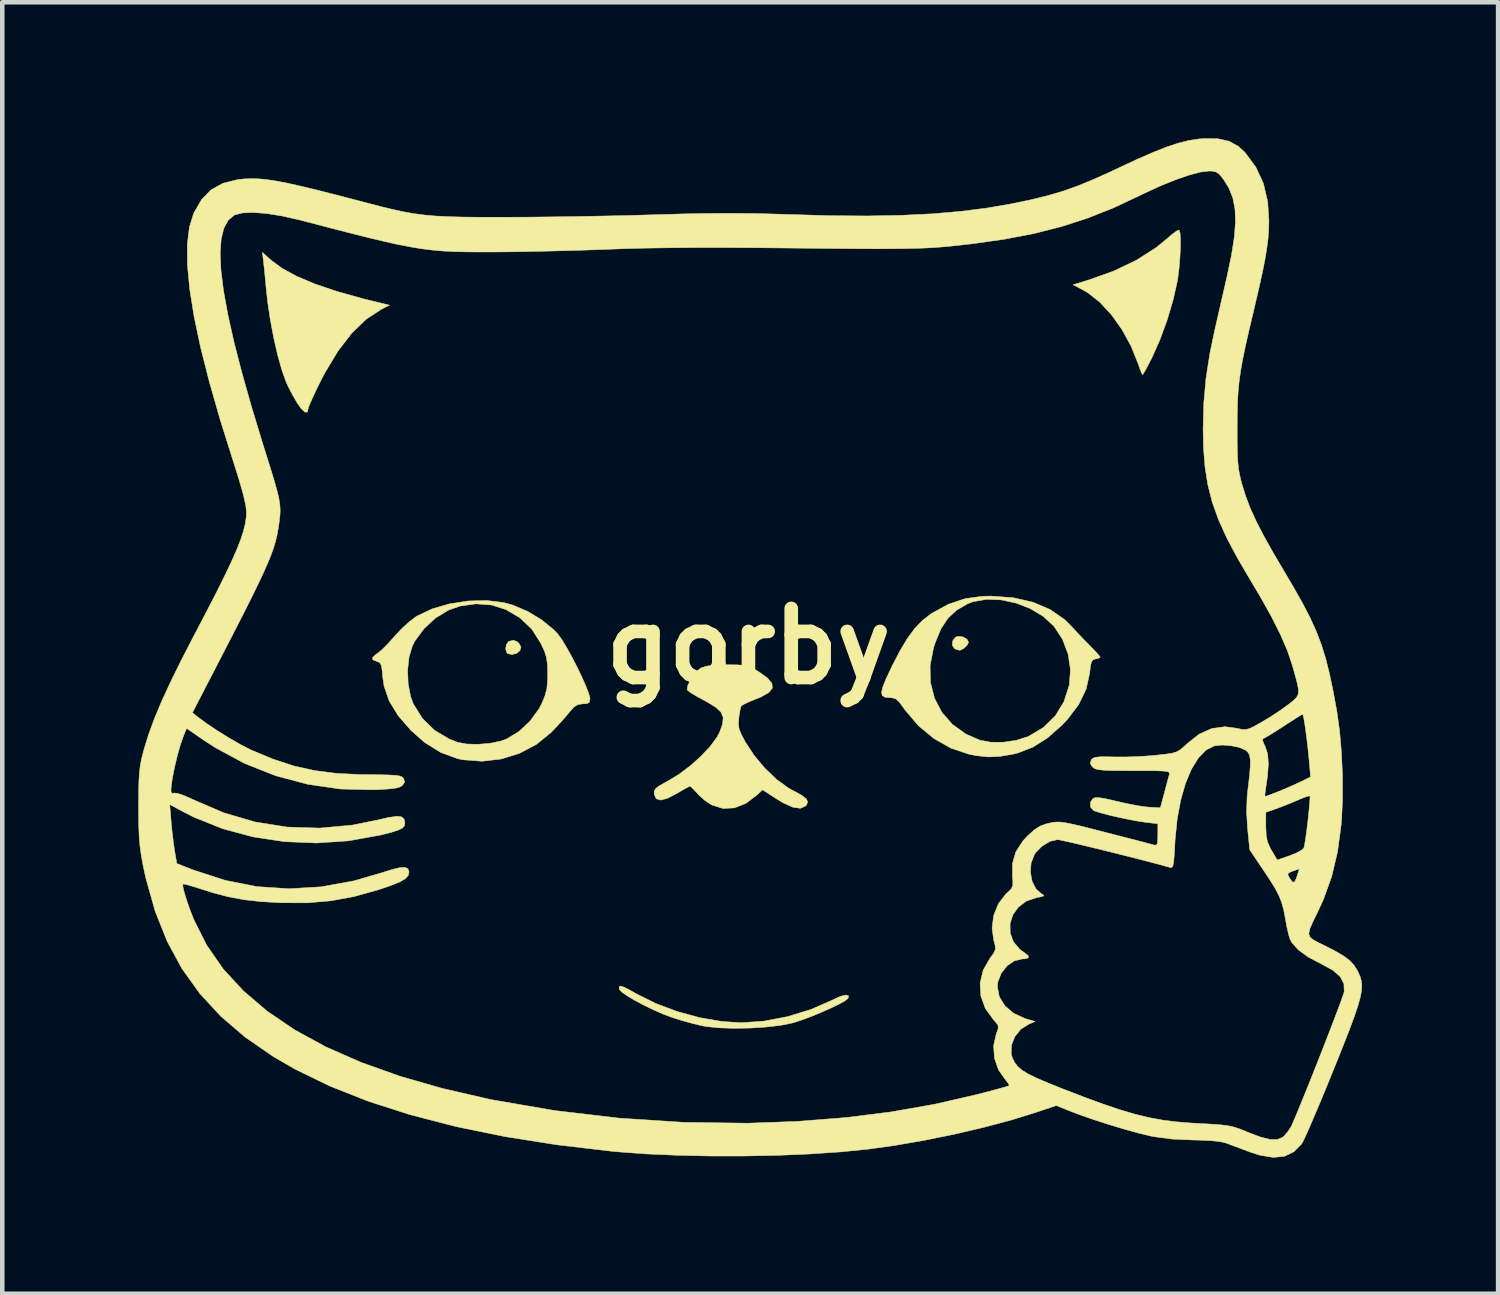
<source format=kicad_pcb>
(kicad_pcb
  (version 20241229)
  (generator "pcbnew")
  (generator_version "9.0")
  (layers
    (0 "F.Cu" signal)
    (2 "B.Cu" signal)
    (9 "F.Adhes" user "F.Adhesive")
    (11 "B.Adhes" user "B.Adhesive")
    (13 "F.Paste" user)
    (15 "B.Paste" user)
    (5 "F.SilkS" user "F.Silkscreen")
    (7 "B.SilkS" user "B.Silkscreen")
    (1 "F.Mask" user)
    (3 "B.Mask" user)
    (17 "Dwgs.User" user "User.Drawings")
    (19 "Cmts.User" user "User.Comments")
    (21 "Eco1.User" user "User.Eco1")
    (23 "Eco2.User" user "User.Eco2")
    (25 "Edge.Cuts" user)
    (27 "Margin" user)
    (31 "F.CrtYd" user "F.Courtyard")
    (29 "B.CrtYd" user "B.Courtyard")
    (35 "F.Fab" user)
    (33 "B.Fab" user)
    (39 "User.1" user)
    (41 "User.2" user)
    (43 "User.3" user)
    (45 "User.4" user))
  (footprint "gorby"
    (layer "F.Cu")
    (at 13.451 11.198)
    (property "Reference" "gorby" (at 0 0 0) (layer "F.SilkS") (effects (font (size 1.524 1.524) (thickness 0.3))))
    (attr through_hole)
    (fp_poly (pts (xy -5.097 -0.098) (xy -5.061 -0.065) (xy -5.014 0.017) (xy -5.036 0.094) (xy -5.111 0.158) (xy -5.218 0.183) (xy -5.311 0.16) (xy -5.322 0.151) (xy -5.352 0.07) (xy -5.34 -0.03) (xy -5.292 -0.102) (xy -5.28 -0.109) (xy -5.176 -0.133) (xy -5.097 -0.098)) (stroke (width 0.01) (type solid)) (fill yes) (layer "F.SilkS"))
    (fp_poly (pts (xy 4.726 -0.207) (xy 4.817 -0.156) (xy 4.853 -0.088) (xy 4.819 -0.021) (xy 4.744 0.05) (xy 4.667 0.089) (xy 4.657 0.09) (xy 4.573 0.067) (xy 4.543 0.051) (xy 4.494 -0.024) (xy 4.504 -0.119) (xy 4.562 -0.197) (xy 4.618 -0.219) (xy 4.726 -0.207)) (stroke (width 0.01) (type solid)) (fill yes) (layer "F.SilkS"))
    (fp_poly (pts (xy 9.496 -9.176) (xy 9.516 -9.109) (xy 9.525 -8.972) (xy 9.524 -8.786) (xy 9.513 -8.569) (xy 9.495 -8.343) (xy 9.468 -8.127) (xy 9.455 -8.045) (xy 9.364 -7.638) (xy 9.233 -7.197) (xy 9.074 -6.761) (xy 8.9 -6.37) (xy 8.892 -6.354) (xy 8.809 -6.193) (xy 8.741 -6.068) (xy 8.698 -5.997) (xy 8.689 -5.987) (xy 8.666 -6.026) (xy 8.627 -6.128) (xy 8.593 -6.225) (xy 8.439 -6.61) (xy 8.239 -6.976) (xy 8.005 -7.307) (xy 7.748 -7.585) (xy 7.482 -7.794) (xy 7.4 -7.842) (xy 7.158 -7.971) (xy 7.491 -8.072) (xy 8.056 -8.273) (xy 8.558 -8.514) (xy 8.988 -8.789) (xy 9.22 -8.979) (xy 9.342 -9.084) (xy 9.44 -9.155) (xy 9.493 -9.178) (xy 9.496 -9.176)) (stroke (width 0.01) (type solid)) (fill yes) (layer "F.SilkS"))
    (fp_poly (pts (xy -10.53 -8.516) (xy -10.285 -8.334) (xy -9.962 -8.158) (xy -9.559 -7.988) (xy -9.072 -7.823) (xy -8.498 -7.662) (xy -8.051 -7.553) (xy -7.915 -7.521) (xy -8.096 -7.428) (xy -8.429 -7.209) (xy -8.748 -6.901) (xy -9.053 -6.503) (xy -9.345 -6.017) (xy -9.435 -5.842) (xy -9.536 -5.637) (xy -9.619 -5.457) (xy -9.679 -5.321) (xy -9.706 -5.245) (xy -9.706 -5.238) (xy -9.726 -5.161) (xy -9.779 -5.163) (xy -9.86 -5.238) (xy -9.947 -5.361) (xy -10.049 -5.538) (xy -10.148 -5.728) (xy -10.193 -5.828) (xy -10.287 -6.089) (xy -10.379 -6.419) (xy -10.465 -6.793) (xy -10.54 -7.191) (xy -10.6 -7.589) (xy -10.635 -7.915) (xy -10.654 -8.118) (xy -10.674 -8.323) (xy -10.689 -8.458) (xy -10.716 -8.684) (xy -10.53 -8.516)) (stroke (width 0.01) (type solid)) (fill yes) (layer "F.SilkS"))
    (fp_poly (pts (xy -2.742 7.516) (xy -2.609 7.584) (xy -2.463 7.667) (xy -2.04 7.877) (xy -1.566 8.054) (xy -1.07 8.189) (xy -0.581 8.273) (xy -0.159 8.3) (xy 0.344 8.265) (xy 0.868 8.164) (xy 1.382 8.006) (xy 1.854 7.799) (xy 1.868 7.792) (xy 2.025 7.72) (xy 2.141 7.69) (xy 2.203 7.701) (xy 2.2 7.755) (xy 2.194 7.765) (xy 2.133 7.815) (xy 2.004 7.887) (xy 1.827 7.973) (xy 1.621 8.065) (xy 1.404 8.155) (xy 1.195 8.234) (xy 1.013 8.294) (xy 0.969 8.306) (xy 0.71 8.358) (xy 0.392 8.395) (xy 0.041 8.418) (xy -0.315 8.424) (xy -0.648 8.413) (xy -0.93 8.384) (xy -1.015 8.369) (xy -1.223 8.319) (xy -1.462 8.253) (xy -1.673 8.188) (xy -1.873 8.113) (xy -2.09 8.018) (xy -2.307 7.913) (xy -2.508 7.806) (xy -2.677 7.705) (xy -2.796 7.621) (xy -2.849 7.562) (xy -2.849 7.558) (xy -2.85 7.506) (xy -2.819 7.491) (xy -2.742 7.516)) (stroke (width 0.01) (type solid)) (fill yes) (layer "F.SilkS"))
    (fp_poly (pts (xy -0.258 0.41) (xy -0.113 0.419) (xy -0.006 0.441) (xy 0.092 0.483) (xy 0.208 0.551) (xy 0.234 0.567) (xy 0.421 0.701) (xy 0.518 0.819) (xy 0.527 0.925) (xy 0.446 1.023) (xy 0.275 1.118) (xy 0.178 1.158) (xy 0.022 1.221) (xy -0.098 1.278) (xy -0.158 1.315) (xy -0.16 1.318) (xy -0.18 1.384) (xy -0.202 1.506) (xy -0.212 1.583) (xy -0.221 1.709) (xy -0.208 1.815) (xy -0.163 1.932) (xy -0.079 2.092) (xy -0.07 2.109) (xy 0.125 2.406) (xy 0.361 2.689) (xy 0.62 2.935) (xy 0.88 3.125) (xy 0.985 3.183) (xy 1.169 3.282) (xy 1.274 3.363) (xy 1.307 3.435) (xy 1.275 3.506) (xy 1.257 3.524) (xy 1.145 3.573) (xy 0.98 3.549) (xy 0.762 3.451) (xy 0.598 3.351) (xy 0.311 3.164) (xy 0.19 3.278) (xy -0.058 3.465) (xy -0.31 3.564) (xy -0.562 3.577) (xy -0.807 3.5) (xy -0.821 3.493) (xy -0.957 3.402) (xy -1.093 3.28) (xy -1.126 3.245) (xy -1.213 3.151) (xy -1.274 3.093) (xy -1.288 3.084) (xy -1.334 3.106) (xy -1.437 3.162) (xy -1.574 3.242) (xy -1.581 3.247) (xy -1.788 3.353) (xy -1.938 3.392) (xy -2.034 3.362) (xy -2.077 3.265) (xy -2.078 3.258) (xy -2.077 3.194) (xy -2.046 3.139) (xy -1.97 3.08) (xy -1.833 3.002) (xy -1.767 2.967) (xy -1.522 2.817) (xy -1.274 2.629) (xy -1.041 2.419) (xy -0.841 2.205) (xy -0.693 2.004) (xy -0.637 1.899) (xy -0.57 1.715) (xy -0.557 1.572) (xy -0.606 1.453) (xy -0.723 1.343) (xy -0.916 1.226) (xy -0.974 1.195) (xy -1.137 1.106) (xy -1.265 1.029) (xy -1.339 0.974) (xy -1.351 0.96) (xy -1.341 0.875) (xy -1.285 0.754) (xy -1.2 0.627) (xy -1.106 0.522) (xy -1.045 0.477) (xy -0.922 0.438) (xy -0.733 0.415) (xy -0.466 0.408) (xy -0.258 0.41)) (stroke (width 0.01) (type solid)) (fill yes) (layer "F.SilkS"))
    (fp_poly (pts (xy 5.839 -1.07) (xy 6.274 -0.971) (xy 6.653 -0.809) (xy 6.97 -0.589) (xy 7.09 -0.472) (xy 7.244 -0.306) (xy 7.412 -0.13) (xy 7.541 0.001) (xy 7.649 0.113) (xy 7.727 0.2) (xy 7.756 0.241) (xy 7.718 0.266) (xy 7.654 0.28) (xy 7.598 0.298) (xy 7.563 0.345) (xy 7.54 0.443) (xy 7.522 0.598) (xy 7.445 0.946) (xy 7.282 1.283) (xy 7.032 1.614) (xy 6.916 1.736) (xy 6.593 2.022) (xy 6.27 2.225) (xy 5.934 2.355) (xy 5.825 2.381) (xy 5.537 2.43) (xy 5.286 2.44) (xy 5.026 2.412) (xy 4.865 2.381) (xy 4.468 2.249) (xy 4.092 2.037) (xy 3.749 1.753) (xy 3.453 1.406) (xy 3.414 1.349) (xy 3.321 1.224) (xy 3.245 1.159) (xy 3.16 1.136) (xy 3.113 1.134) (xy 3.011 1.124) (xy 2.952 1.089) (xy 2.935 1.017) (xy 2.962 0.898) (xy 3.032 0.722) (xy 3.147 0.478) (xy 3.155 0.46) (xy 3.172 0.427) (xy 4.005 0.427) (xy 4.014 0.8) (xy 4.102 1.146) (xy 4.265 1.457) (xy 4.498 1.724) (xy 4.796 1.937) (xy 5.103 2.071) (xy 5.339 2.115) (xy 5.617 2.116) (xy 5.901 2.075) (xy 6.155 1.995) (xy 6.176 1.986) (xy 6.505 1.789) (xy 6.766 1.534) (xy 6.956 1.221) (xy 7.074 0.854) (xy 7.075 0.848) (xy 7.099 0.514) (xy 7.047 0.171) (xy 6.923 -0.156) (xy 6.735 -0.442) (xy 6.731 -0.446) (xy 6.5 -0.659) (xy 6.216 -0.829) (xy 5.899 -0.952) (xy 5.57 -1.022) (xy 5.249 -1.034) (xy 4.955 -0.983) (xy 4.831 -0.936) (xy 4.589 -0.795) (xy 4.397 -0.616) (xy 4.245 -0.385) (xy 4.12 -0.084) (xy 4.08 0.038) (xy 4.005 0.427) (xy 3.172 0.427) (xy 3.338 0.106) (xy 3.506 -0.175) (xy 3.669 -0.396) (xy 3.838 -0.57) (xy 4.022 -0.712) (xy 4.044 -0.727) (xy 4.408 -0.926) (xy 4.773 -1.049) (xy 5.168 -1.103) (xy 5.352 -1.106) (xy 5.839 -1.07)) (stroke (width 0.01) (type solid)) (fill yes) (layer "F.SilkS"))
    (fp_poly (pts (xy -5.4 -0.964) (xy -5.207 -0.912) (xy -4.874 -0.771) (xy -4.559 -0.582) (xy -4.293 -0.365) (xy -4.202 -0.268) (xy -4.116 -0.151) (xy -4.012 0.02) (xy -3.897 0.227) (xy -3.782 0.451) (xy -3.674 0.674) (xy -3.584 0.877) (xy -3.521 1.041) (xy -3.493 1.149) (xy -3.493 1.159) (xy -3.505 1.234) (xy -3.56 1.265) (xy -3.649 1.27) (xy -3.755 1.283) (xy -3.843 1.336) (xy -3.943 1.446) (xy -3.955 1.461) (xy -4.065 1.593) (xy -4.209 1.752) (xy -4.354 1.904) (xy -4.678 2.166) (xy -5.05 2.362) (xy -5.455 2.487) (xy -5.877 2.535) (xy -6.298 2.503) (xy -6.418 2.477) (xy -6.784 2.342) (xy -7.141 2.12) (xy -7.439 1.857) (xy -7.723 1.53) (xy -7.921 1.205) (xy -8.034 0.877) (xy -8.064 0.672) (xy -8.077 0.524) (xy -7.514 0.524) (xy -7.502 0.827) (xy -7.448 1.109) (xy -7.389 1.27) (xy -7.189 1.59) (xy -6.923 1.851) (xy -6.597 2.046) (xy -6.418 2.116) (xy -6.213 2.155) (xy -5.96 2.162) (xy -5.696 2.14) (xy -5.455 2.089) (xy -5.34 2.048) (xy -5.067 1.885) (xy -4.819 1.655) (xy -4.62 1.383) (xy -4.554 1.258) (xy -4.485 1.088) (xy -4.445 0.937) (xy -4.429 0.765) (xy -4.426 0.606) (xy -4.432 0.401) (xy -4.453 0.248) (xy -4.498 0.106) (xy -4.573 -0.058) (xy -4.774 -0.374) (xy -5.035 -0.625) (xy -5.347 -0.809) (xy -5.663 -0.909) (xy -6.007 -0.935) (xy -6.353 -0.887) (xy -6.61 -0.798) (xy -6.895 -0.625) (xy -7.15 -0.391) (xy -7.35 -0.12) (xy -7.408 -0.01) (xy -7.482 0.234) (xy -7.514 0.524) (xy -8.077 0.524) (xy -8.079 0.506) (xy -8.099 0.409) (xy -8.133 0.359) (xy -8.19 0.335) (xy -8.193 0.335) (xy -8.281 0.298) (xy -8.286 0.248) (xy -8.208 0.176) (xy -8.172 0.152) (xy -8.082 0.078) (xy -7.959 -0.044) (xy -7.826 -0.191) (xy -7.795 -0.227) (xy -7.644 -0.388) (xy -7.477 -0.541) (xy -7.325 -0.655) (xy -7.31 -0.665) (xy -6.976 -0.823) (xy -6.592 -0.935) (xy -6.184 -0.998) (xy -5.778 -1.009) (xy -5.4 -0.964)) (stroke (width 0.01) (type solid)) (fill yes) (layer "F.SilkS"))
    (fp_poly (pts (xy 10.346 -11.19) (xy 10.596 -11.135) (xy 10.804 -11.02) (xy 10.946 -10.889) (xy 11.186 -10.565) (xy 11.353 -10.205) (xy 11.448 -9.8) (xy 11.475 -9.382) (xy 11.471 -9.188) (xy 11.456 -8.988) (xy 11.428 -8.769) (xy 11.386 -8.516) (xy 11.326 -8.217) (xy 11.246 -7.858) (xy 11.145 -7.426) (xy 11.141 -7.408) (xy 11.04 -6.982) (xy 10.959 -6.627) (xy 10.897 -6.328) (xy 10.851 -6.068) (xy 10.818 -5.832) (xy 10.796 -5.602) (xy 10.783 -5.363) (xy 10.777 -5.099) (xy 10.775 -4.831) (xy 10.775 -4.516) (xy 10.779 -4.273) (xy 10.788 -4.084) (xy 10.803 -3.929) (xy 10.827 -3.79) (xy 10.86 -3.649) (xy 10.878 -3.583) (xy 10.96 -3.317) (xy 11.064 -3.043) (xy 11.198 -2.749) (xy 11.368 -2.421) (xy 11.58 -2.043) (xy 11.761 -1.737) (xy 12.01 -1.315) (xy 12.215 -0.952) (xy 12.383 -0.629) (xy 12.519 -0.329) (xy 12.632 -0.034) (xy 12.727 0.273) (xy 12.811 0.608) (xy 12.891 0.991) (xy 12.972 1.429) (xy 13.032 1.857) (xy 13.074 2.343) (xy 13.097 2.853) (xy 13.098 3.355) (xy 13.078 3.818) (xy 13.069 3.928) (xy 12.988 4.531) (xy 12.859 5.077) (xy 12.676 5.586) (xy 12.549 5.862) (xy 12.442 6.079) (xy 12.376 6.232) (xy 12.355 6.337) (xy 12.38 6.411) (xy 12.454 6.473) (xy 12.579 6.54) (xy 12.655 6.576) (xy 12.919 6.71) (xy 13.114 6.823) (xy 13.254 6.927) (xy 13.354 7.035) (xy 13.43 7.157) (xy 13.446 7.191) (xy 13.487 7.286) (xy 13.513 7.381) (xy 13.523 7.484) (xy 13.515 7.605) (xy 13.486 7.753) (xy 13.434 7.938) (xy 13.356 8.167) (xy 13.251 8.451) (xy 13.116 8.797) (xy 12.948 9.217) (xy 12.903 9.327) (xy 12.759 9.682) (xy 12.621 10.015) (xy 12.495 10.314) (xy 12.385 10.57) (xy 12.296 10.772) (xy 12.231 10.91) (xy 12.198 10.971) (xy 12.025 11.146) (xy 11.819 11.245) (xy 11.572 11.27) (xy 11.279 11.222) (xy 11.067 11.154) (xy 10.873 11.082) (xy 10.691 11.014) (xy 10.554 10.962) (xy 10.523 10.951) (xy 10.389 10.92) (xy 10.18 10.899) (xy 9.909 10.888) (xy 9.82 10.887) (xy 9.349 10.866) (xy 8.93 10.811) (xy 8.863 10.797) (xy 8.606 10.735) (xy 8.293 10.649) (xy 7.951 10.546) (xy 7.608 10.435) (xy 7.294 10.326) (xy 7.054 10.234) (xy 6.788 10.126) (xy 6.341 10.276) (xy 5.797 10.445) (xy 5.188 10.607) (xy 4.539 10.759) (xy 3.875 10.894) (xy 3.22 11.007) (xy 2.653 11.086) (xy 2.049 11.147) (xy 1.376 11.193) (xy 0.655 11.224) (xy -0.091 11.239) (xy -0.842 11.239) (xy -1.576 11.223) (xy -2.273 11.192) (xy -2.912 11.144) (xy -2.994 11.136) (xy -4.222 10.992) (xy -5.377 10.809) (xy -6.456 10.588) (xy -7.459 10.328) (xy -8.385 10.031) (xy -9.231 9.696) (xy -9.996 9.324) (xy -10.473 9.048) (xy -11.092 8.621) (xy -11.632 8.159) (xy -12.097 7.656) (xy -12.491 7.105) (xy -12.818 6.501) (xy -13.082 5.837) (xy -13.287 5.108) (xy -13.344 4.846) (xy -13.384 4.627) (xy -13.413 4.423) (xy -13.432 4.211) (xy -13.442 3.967) (xy -13.445 3.666) (xy -13.446 3.515) (xy -13.445 3.489) (xy -12.759 3.489) (xy -12.728 3.865) (xy -12.707 4.087) (xy -12.679 4.316) (xy -12.652 4.506) (xy -12.65 4.516) (xy -12.603 4.79) (xy -12.232 4.935) (xy -11.535 5.161) (xy -10.836 5.299) (xy -10.132 5.346) (xy -9.421 5.304) (xy -8.7 5.173) (xy -8.112 5.002) (xy -7.862 4.924) (xy -7.685 4.881) (xy -7.57 4.875) (xy -7.507 4.905) (xy -7.484 4.97) (xy -7.484 4.985) (xy -7.503 5.058) (xy -7.566 5.126) (xy -7.684 5.195) (xy -7.869 5.27) (xy -8.129 5.359) (xy -8.173 5.373) (xy -8.701 5.52) (xy -9.208 5.613) (xy -9.727 5.657) (xy -10.292 5.656) (xy -10.319 5.655) (xy -10.75 5.63) (xy -11.123 5.588) (xy -11.469 5.523) (xy -11.82 5.431) (xy -12.065 5.353) (xy -12.237 5.298) (xy -12.374 5.259) (xy -12.455 5.241) (xy -12.468 5.242) (xy -12.469 5.298) (xy -12.441 5.419) (xy -12.39 5.588) (xy -12.321 5.787) (xy -12.24 5.997) (xy -12.223 6.038) (xy -11.942 6.594) (xy -11.581 7.114) (xy -11.137 7.597) (xy -10.612 8.045) (xy -10.005 8.457) (xy -9.316 8.833) (xy -8.543 9.173) (xy -7.688 9.478) (xy -6.75 9.748) (xy -5.728 9.983) (xy -5.647 10) (xy -4.267 10.237) (xy -2.855 10.403) (xy -1.432 10.496) (xy -0.019 10.515) (xy 1.072 10.476) (xy 2.14 10.392) (xy 3.148 10.266) (xy 4.116 10.095) (xy 5.012 9.889) (xy 5.254 9.827) (xy 5.464 9.771) (xy 5.626 9.726) (xy 5.726 9.696) (xy 5.75 9.686) (xy 5.736 9.645) (xy 5.675 9.569) (xy 5.669 9.562) (xy 5.513 9.34) (xy 5.424 9.081) (xy 5.405 8.81) (xy 5.462 8.552) (xy 5.467 8.54) (xy 5.506 8.432) (xy 5.504 8.361) (xy 5.45 8.285) (xy 5.404 8.236) (xy 5.222 7.984) (xy 5.123 7.709) (xy 5.112 7.504) (xy 5.488 7.504) (xy 5.531 7.728) (xy 5.654 7.927) (xy 5.845 8.091) (xy 6.095 8.207) (xy 6.12 8.215) (xy 6.32 8.274) (xy 6.188 8.328) (xy 6.007 8.442) (xy 5.874 8.605) (xy 5.799 8.794) (xy 5.793 8.987) (xy 5.82 9.079) (xy 5.871 9.179) (xy 5.938 9.266) (xy 6.033 9.347) (xy 6.168 9.43) (xy 6.355 9.521) (xy 6.605 9.628) (xy 6.896 9.745) (xy 7.391 9.936) (xy 7.818 10.093) (xy 8.192 10.219) (xy 8.527 10.318) (xy 8.838 10.393) (xy 9.139 10.448) (xy 9.445 10.486) (xy 9.77 10.512) (xy 9.933 10.521) (xy 10.206 10.536) (xy 10.409 10.551) (xy 10.565 10.57) (xy 10.695 10.597) (xy 10.819 10.637) (xy 10.961 10.693) (xy 11.022 10.719) (xy 11.294 10.822) (xy 11.504 10.874) (xy 11.662 10.874) (xy 11.78 10.824) (xy 11.825 10.784) (xy 11.909 10.677) (xy 11.964 10.591) (xy 12.01 10.49) (xy 12.081 10.323) (xy 12.172 10.102) (xy 12.279 9.839) (xy 12.397 9.546) (xy 12.52 9.237) (xy 12.644 8.922) (xy 12.764 8.614) (xy 12.875 8.327) (xy 12.972 8.072) (xy 13.051 7.861) (xy 13.106 7.707) (xy 13.133 7.622) (xy 13.135 7.614) (xy 13.128 7.439) (xy 13.046 7.284) (xy 12.885 7.143) (xy 12.639 7.009) (xy 12.637 7.008) (xy 12.344 6.854) (xy 12.121 6.692) (xy 11.977 6.529) (xy 11.938 6.452) (xy 11.906 6.343) (xy 11.869 6.181) (xy 11.839 6.013) (xy 11.802 5.818) (xy 11.757 5.652) (xy 11.695 5.495) (xy 11.604 5.324) (xy 11.475 5.118) (xy 11.417 5.031) (xy 11.891 5.031) (xy 11.925 5.102) (xy 11.94 5.126) (xy 11.997 5.2) (xy 12.04 5.198) (xy 12.08 5.113) (xy 12.097 5.062) (xy 12.145 4.907) (xy 12.014 4.953) (xy 11.916 4.991) (xy 11.891 5.031) (xy 11.417 5.031) (xy 11.353 4.935) (xy 11.052 4.488) (xy 11.006 4.031) (xy 10.983 3.665) (xy 10.983 3.661) (xy 11.407 3.661) (xy 11.407 3.973) (xy 11.415 4.166) (xy 11.443 4.31) (xy 11.501 4.443) (xy 11.532 4.499) (xy 11.657 4.711) (xy 11.93 4.619) (xy 12.079 4.559) (xy 12.194 4.496) (xy 12.244 4.45) (xy 12.26 4.385) (xy 12.282 4.252) (xy 12.307 4.073) (xy 12.332 3.87) (xy 12.354 3.666) (xy 12.372 3.482) (xy 12.381 3.341) (xy 12.382 3.302) (xy 12.345 3.303) (xy 12.248 3.335) (xy 12.122 3.387) (xy 11.935 3.467) (xy 11.738 3.544) (xy 11.634 3.582) (xy 11.407 3.661) (xy 10.983 3.661) (xy 10.994 3.322) (xy 11.014 3.136) (xy 11.047 2.855) (xy 11.064 2.649) (xy 11.065 2.503) (xy 11.048 2.404) (xy 11.013 2.338) (xy 10.958 2.289) (xy 10.951 2.285) (xy 10.817 2.229) (xy 10.633 2.192) (xy 10.441 2.178) (xy 10.281 2.194) (xy 10.279 2.194) (xy 10.093 2.286) (xy 9.922 2.46) (xy 9.769 2.707) (xy 9.637 3.019) (xy 9.531 3.389) (xy 9.453 3.807) (xy 9.407 4.265) (xy 9.403 4.344) (xy 9.39 4.578) (xy 9.377 4.736) (xy 9.361 4.83) (xy 9.339 4.874) (xy 9.31 4.881) (xy 9.303 4.879) (xy 9.128 4.83) (xy 8.902 4.77) (xy 8.637 4.701) (xy 8.347 4.627) (xy 8.047 4.552) (xy 7.751 4.478) (xy 7.472 4.411) (xy 7.225 4.352) (xy 7.024 4.305) (xy 6.882 4.275) (xy 6.814 4.264) (xy 6.813 4.264) (xy 6.647 4.302) (xy 6.477 4.404) (xy 6.335 4.547) (xy 6.304 4.592) (xy 6.232 4.778) (xy 6.217 4.984) (xy 6.254 5.184) (xy 6.34 5.35) (xy 6.453 5.451) (xy 6.509 5.486) (xy 6.503 5.508) (xy 6.424 5.529) (xy 6.36 5.54) (xy 6.129 5.618) (xy 5.951 5.751) (xy 5.829 5.923) (xy 5.768 6.119) (xy 5.771 6.321) (xy 5.842 6.515) (xy 5.984 6.684) (xy 6.077 6.751) (xy 6.168 6.822) (xy 6.172 6.87) (xy 6.088 6.893) (xy 6.036 6.894) (xy 5.861 6.937) (xy 5.701 7.048) (xy 5.574 7.209) (xy 5.5 7.397) (xy 5.488 7.504) (xy 5.112 7.504) (xy 5.108 7.423) (xy 5.176 7.14) (xy 5.324 6.881) (xy 5.408 6.766) (xy 5.444 6.684) (xy 5.439 6.598) (xy 5.409 6.486) (xy 5.371 6.213) (xy 5.407 5.935) (xy 5.511 5.676) (xy 5.675 5.463) (xy 5.711 5.43) (xy 5.792 5.354) (xy 5.828 5.282) (xy 5.83 5.178) (xy 5.821 5.085) (xy 5.82 4.793) (xy 5.895 4.534) (xy 6.052 4.292) (xy 6.147 4.189) (xy 6.296 4.052) (xy 6.425 3.967) (xy 6.568 3.915) (xy 6.626 3.901) (xy 6.709 3.884) (xy 6.787 3.875) (xy 6.873 3.876) (xy 6.982 3.89) (xy 7.125 3.918) (xy 7.317 3.962) (xy 7.571 4.026) (xy 7.87 4.103) (xy 8.161 4.178) (xy 8.426 4.246) (xy 8.651 4.304) (xy 8.822 4.349) (xy 8.925 4.377) (xy 8.947 4.383) (xy 8.993 4.384) (xy 9.017 4.342) (xy 9.025 4.238) (xy 9.026 4.159) (xy 9.026 3.913) (xy 8.765 3.883) (xy 8.596 3.858) (xy 8.388 3.819) (xy 8.165 3.772) (xy 7.951 3.723) (xy 7.769 3.675) (xy 7.642 3.636) (xy 7.609 3.621) (xy 7.541 3.544) (xy 7.54 3.44) (xy 7.594 3.359) (xy 7.644 3.338) (xy 7.732 3.339) (xy 7.872 3.361) (xy 8.08 3.409) (xy 8.127 3.42) (xy 8.353 3.471) (xy 8.574 3.514) (xy 8.76 3.541) (xy 8.838 3.548) (xy 9.081 3.561) (xy 9.167 3.243) (xy 9.213 3.072) (xy 9.252 2.926) (xy 9.277 2.836) (xy 9.278 2.834) (xy 9.283 2.802) (xy 9.272 2.778) (xy 9.231 2.762) (xy 9.15 2.752) (xy 9.016 2.746) (xy 8.817 2.744) (xy 8.541 2.744) (xy 8.486 2.744) (xy 8.19 2.743) (xy 7.971 2.74) (xy 7.817 2.732) (xy 7.713 2.72) (xy 7.645 2.702) (xy 7.602 2.676) (xy 7.588 2.664) (xy 7.535 2.586) (xy 7.556 2.509) (xy 7.559 2.505) (xy 7.594 2.469) (xy 7.656 2.447) (xy 7.762 2.437) (xy 7.93 2.437) (xy 8.057 2.44) (xy 8.313 2.441) (xy 8.608 2.431) (xy 8.89 2.412) (xy 8.981 2.403) (xy 9.193 2.38) (xy 9.339 2.358) (xy 9.44 2.328) (xy 9.52 2.283) (xy 9.601 2.214) (xy 9.661 2.157) (xy 9.763 2.076) (xy 11.336 2.076) (xy 11.37 2.165) (xy 11.393 2.211) (xy 11.447 2.373) (xy 11.463 2.591) (xy 11.443 2.875) (xy 11.403 3.141) (xy 11.388 3.25) (xy 11.389 3.308) (xy 11.393 3.311) (xy 11.442 3.296) (xy 11.551 3.255) (xy 11.682 3.204) (xy 11.872 3.125) (xy 12.068 3.038) (xy 12.172 2.989) (xy 12.393 2.88) (xy 12.364 2.54) (xy 12.344 2.335) (xy 12.32 2.118) (xy 12.293 1.908) (xy 12.267 1.723) (xy 12.243 1.583) (xy 12.225 1.506) (xy 12.22 1.497) (xy 12.178 1.52) (xy 12.076 1.583) (xy 11.931 1.676) (xy 11.789 1.769) (xy 11.618 1.879) (xy 11.474 1.968) (xy 11.375 2.025) (xy 11.339 2.041) (xy 11.336 2.076) (xy 9.763 2.076) (xy 9.935 1.94) (xy 10.216 1.813) (xy 10.508 1.774) (xy 10.773 1.81) (xy 10.878 1.833) (xy 10.962 1.837) (xy 11.049 1.813) (xy 11.166 1.757) (xy 11.32 1.67) (xy 11.518 1.551) (xy 11.724 1.415) (xy 11.894 1.292) (xy 11.905 1.284) (xy 12.009 1.202) (xy 12.079 1.135) (xy 12.118 1.066) (xy 12.128 0.977) (xy 12.109 0.853) (xy 12.063 0.675) (xy 11.993 0.428) (xy 11.988 0.409) (xy 11.883 0.098) (xy 11.732 -0.251) (xy 11.533 -0.648) (xy 11.281 -1.099) (xy 11.071 -1.451) (xy 10.782 -1.944) (xy 10.548 -2.384) (xy 10.364 -2.79) (xy 10.226 -3.177) (xy 10.128 -3.561) (xy 10.065 -3.958) (xy 10.032 -4.386) (xy 10.024 -4.795) (xy 10.039 -5.359) (xy 10.087 -5.899) (xy 10.172 -6.45) (xy 10.279 -6.962) (xy 10.333 -7.198) (xy 10.399 -7.488) (xy 10.47 -7.799) (xy 10.538 -8.095) (xy 10.549 -8.142) (xy 10.648 -8.614) (xy 10.711 -9.013) (xy 10.738 -9.351) (xy 10.727 -9.638) (xy 10.679 -9.885) (xy 10.592 -10.102) (xy 10.478 -10.288) (xy 10.387 -10.402) (xy 10.308 -10.458) (xy 10.207 -10.477) (xy 10.155 -10.477) (xy 9.969 -10.455) (xy 9.719 -10.389) (xy 9.42 -10.286) (xy 9.085 -10.151) (xy 8.73 -9.988) (xy 8.61 -9.929) (xy 8.043 -9.663) (xy 7.479 -9.439) (xy 6.902 -9.253) (xy 6.297 -9.099) (xy 5.645 -8.974) (xy 4.932 -8.873) (xy 4.422 -8.817) (xy 4.251 -8.802) (xy 4.074 -8.789) (xy 3.883 -8.779) (xy 3.67 -8.772) (xy 3.425 -8.767) (xy 3.139 -8.764) (xy 2.804 -8.763) (xy 2.41 -8.765) (xy 1.949 -8.768) (xy 1.412 -8.774) (xy 1.021 -8.778) (xy 0.216 -8.786) (xy -0.507 -8.79) (xy -1.158 -8.79) (xy -1.746 -8.785) (xy -2.282 -8.777) (xy -2.774 -8.764) (xy -3.084 -8.752) (xy -3.51 -8.737) (xy -3.972 -8.723) (xy -4.445 -8.711) (xy -4.903 -8.701) (xy -5.321 -8.695) (xy -5.647 -8.692) (xy -5.967 -8.692) (xy -6.249 -8.695) (xy -6.504 -8.701) (xy -6.742 -8.714) (xy -6.974 -8.735) (xy -7.209 -8.764) (xy -7.459 -8.806) (xy -7.733 -8.859) (xy -8.042 -8.928) (xy -8.397 -9.013) (xy -8.807 -9.116) (xy -9.283 -9.239) (xy -9.835 -9.383) (xy -9.888 -9.397) (xy -10.266 -9.483) (xy -10.61 -9.539) (xy -10.909 -9.563) (xy -11.15 -9.554) (xy -11.321 -9.511) (xy -11.334 -9.505) (xy -11.469 -9.394) (xy -11.566 -9.218) (xy -11.625 -8.975) (xy -11.646 -8.664) (xy -11.629 -8.284) (xy -11.572 -7.833) (xy -11.477 -7.308) (xy -11.343 -6.709) (xy -11.169 -6.034) (xy -10.956 -5.281) (xy -10.703 -4.448) (xy -10.645 -4.264) (xy -10.537 -3.919) (xy -10.454 -3.647) (xy -10.394 -3.433) (xy -10.354 -3.264) (xy -10.331 -3.127) (xy -10.324 -3.007) (xy -10.328 -2.891) (xy -10.342 -2.765) (xy -10.348 -2.721) (xy -10.369 -2.581) (xy -10.394 -2.447) (xy -10.426 -2.312) (xy -10.469 -2.169) (xy -10.526 -2.011) (xy -10.599 -1.83) (xy -10.693 -1.619) (xy -10.81 -1.37) (xy -10.954 -1.076) (xy -11.128 -0.729) (xy -11.336 -0.323) (xy -11.58 0.151) (xy -11.792 0.562) (xy -12.259 1.464) (xy -12.151 1.552) (xy -11.96 1.693) (xy -11.719 1.855) (xy -11.457 2.018) (xy -11.205 2.164) (xy -10.99 2.275) (xy -10.967 2.286) (xy -10.48 2.489) (xy -10.021 2.639) (xy -9.563 2.741) (xy -9.079 2.803) (xy -8.541 2.829) (xy -8.419 2.83) (xy -8.134 2.833) (xy -7.927 2.838) (xy -7.784 2.846) (xy -7.692 2.86) (xy -7.637 2.88) (xy -7.607 2.908) (xy -7.603 2.913) (xy -7.58 2.993) (xy -7.629 3.068) (xy -7.682 3.102) (xy -7.772 3.127) (xy -7.915 3.145) (xy -8.125 3.159) (xy -8.263 3.165) (xy -8.992 3.148) (xy -9.717 3.043) (xy -10.426 2.854) (xy -11.11 2.583) (xy -11.758 2.233) (xy -12.01 2.069) (xy -12.386 1.81) (xy -12.456 1.979) (xy -12.521 2.162) (xy -12.589 2.401) (xy -12.651 2.661) (xy -12.7 2.907) (xy -12.718 3.024) (xy -12.732 3.159) (xy -12.727 3.225) (xy -12.696 3.242) (xy -12.662 3.235) (xy -12.583 3.245) (xy -12.449 3.289) (xy -12.287 3.36) (xy -12.241 3.382) (xy -11.567 3.672) (xy -10.876 3.874) (xy -10.17 3.986) (xy -9.455 4.009) (xy -8.732 3.943) (xy -8.173 3.83) (xy -7.93 3.774) (xy -7.761 3.75) (xy -7.653 3.759) (xy -7.596 3.802) (xy -7.575 3.882) (xy -7.575 3.905) (xy -7.586 3.962) (xy -7.631 4.01) (xy -7.722 4.054) (xy -7.873 4.102) (xy -8.099 4.16) (xy -8.119 4.164) (xy -8.815 4.29) (xy -9.523 4.338) (xy -10.23 4.308) (xy -10.923 4.203) (xy -11.589 4.024) (xy -12.216 3.773) (xy -12.423 3.668) (xy -12.759 3.489) (xy -13.445 3.489) (xy -13.444 3.211) (xy -13.439 2.978) (xy -13.428 2.795) (xy -13.41 2.64) (xy -13.383 2.496) (xy -13.344 2.339) (xy -13.323 2.263) (xy -13.225 1.944) (xy -13.098 1.598) (xy -12.939 1.217) (xy -12.742 0.79) (xy -12.505 0.308) (xy -12.222 -0.24) (xy -12.21 -0.261) (xy -11.948 -0.762) (xy -11.727 -1.191) (xy -11.545 -1.558) (xy -11.397 -1.868) (xy -11.282 -2.13) (xy -11.194 -2.352) (xy -11.133 -2.541) (xy -11.093 -2.705) (xy -11.072 -2.852) (xy -11.067 -2.973) (xy -11.085 -3.118) (xy -11.137 -3.345) (xy -11.224 -3.65) (xy -11.344 -4.034) (xy -11.358 -4.077) (xy -11.646 -4.991) (xy -11.885 -5.827) (xy -12.078 -6.587) (xy -12.222 -7.269) (xy -12.319 -7.876) (xy -12.369 -8.406) (xy -12.371 -8.86) (xy -12.326 -9.238) (xy -12.233 -9.541) (xy -12.226 -9.555) (xy -12.056 -9.849) (xy -11.845 -10.064) (xy -11.585 -10.208) (xy -11.267 -10.287) (xy -11.263 -10.287) (xy -11.115 -10.304) (xy -10.965 -10.31) (xy -10.804 -10.306) (xy -10.624 -10.289) (xy -10.414 -10.257) (xy -10.165 -10.21) (xy -9.869 -10.144) (xy -9.516 -10.059) (xy -9.098 -9.953) (xy -8.603 -9.824) (xy -8.436 -9.78) (xy -8.125 -9.699) (xy -7.854 -9.633) (xy -7.611 -9.58) (xy -7.381 -9.539) (xy -7.149 -9.508) (xy -6.902 -9.486) (xy -6.625 -9.472) (xy -6.304 -9.463) (xy -5.924 -9.459) (xy -5.473 -9.459) (xy -5.329 -9.459) (xy -4.851 -9.461) (xy -4.312 -9.467) (xy -3.742 -9.475) (xy -3.17 -9.486) (xy -2.625 -9.498) (xy -2.137 -9.512) (xy -2.07 -9.514) (xy -1.451 -9.532) (xy -0.897 -9.543) (xy -0.383 -9.545) (xy 0.116 -9.541) (xy 0.626 -9.528) (xy 0.901 -9.519) (xy 1.801 -9.493) (xy 2.621 -9.487) (xy 3.369 -9.501) (xy 4.055 -9.534) (xy 4.688 -9.589) (xy 5.276 -9.664) (xy 5.806 -9.756) (xy 6.224 -9.843) (xy 6.587 -9.932) (xy 6.92 -10.029) (xy 7.246 -10.144) (xy 7.591 -10.285) (xy 7.978 -10.459) (xy 8.164 -10.547) (xy 8.579 -10.74) (xy 8.928 -10.892) (xy 9.223 -11.009) (xy 9.478 -11.093) (xy 9.704 -11.149) (xy 9.915 -11.183) (xy 10.036 -11.193) (xy 10.346 -11.19)) (stroke (width 0.01) (type solid)) (fill yes) (layer "F.SilkS")))
  (gr_rect
    (start -3 -3)
    (end 29.979 25.473)
    (stroke (width 0.1) (type default))
    (fill no)
    (layer "Edge.Cuts")))
</source>
